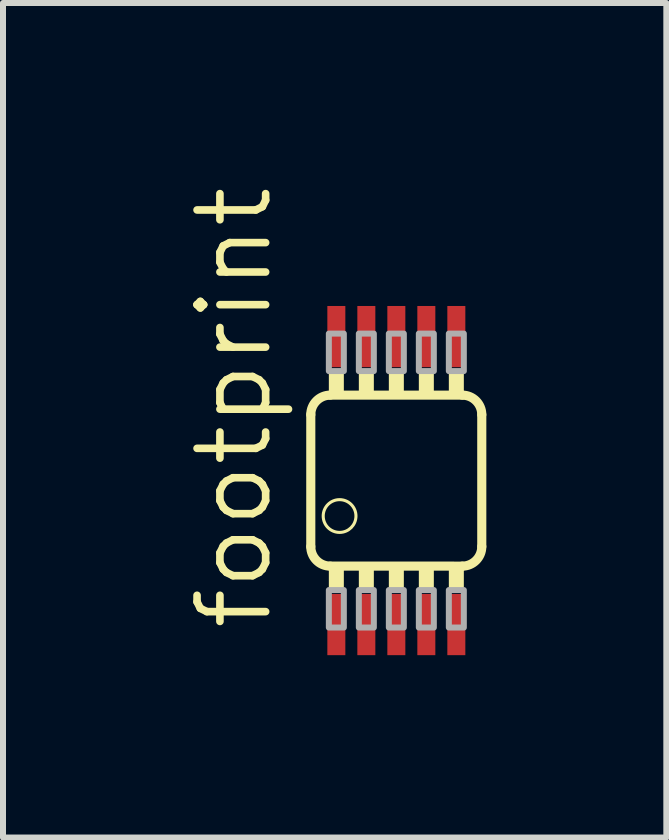
<source format=kicad_pcb>
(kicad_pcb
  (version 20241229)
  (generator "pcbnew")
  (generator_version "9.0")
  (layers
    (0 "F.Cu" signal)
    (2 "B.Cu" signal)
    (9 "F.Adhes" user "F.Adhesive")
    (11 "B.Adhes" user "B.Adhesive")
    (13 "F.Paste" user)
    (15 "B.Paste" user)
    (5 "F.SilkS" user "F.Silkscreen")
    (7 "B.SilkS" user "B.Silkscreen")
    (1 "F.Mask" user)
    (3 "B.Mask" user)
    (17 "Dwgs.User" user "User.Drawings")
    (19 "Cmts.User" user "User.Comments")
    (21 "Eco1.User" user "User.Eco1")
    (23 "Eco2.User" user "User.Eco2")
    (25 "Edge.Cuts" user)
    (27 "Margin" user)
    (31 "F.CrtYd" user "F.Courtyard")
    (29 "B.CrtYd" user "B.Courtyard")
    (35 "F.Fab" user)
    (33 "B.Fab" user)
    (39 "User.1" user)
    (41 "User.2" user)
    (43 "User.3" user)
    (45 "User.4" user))
  (footprint "footprint"
    (layer "F.Cu")
    (at 3.556 4.96)
    (property "Reference" "footprint" (at -2.032 2.54 90) (layer "F.SilkS") (effects (font (size 1.143 1.143) (thickness 0.127)) (justify left bottom)))
    (fp_poly (pts (xy -1.2 2.95) (xy -0.8 2.95) (xy -0.8 1.85) (xy -1.2 1.85)) (stroke (width 0) (type solid)) (fill yes) (layer "F.Mask"))
    (fp_poly (pts (xy -0.8 -2.95) (xy -1.2 -2.95) (xy -1.2 -1.85) (xy -0.8 -1.85)) (stroke (width 0) (type solid)) (fill yes) (layer "F.Mask"))
    (fp_poly (pts (xy -0.7 2.95) (xy -0.3 2.95) (xy -0.3 1.85) (xy -0.7 1.85)) (stroke (width 0) (type solid)) (fill yes) (layer "F.Mask"))
    (fp_poly (pts (xy -0.3 -2.95) (xy -0.7 -2.95) (xy -0.7 -1.85) (xy -0.3 -1.85)) (stroke (width 0) (type solid)) (fill yes) (layer "F.Mask"))
    (fp_poly (pts (xy -0.2 2.95) (xy 0.2 2.95) (xy 0.2 1.85) (xy -0.2 1.85)) (stroke (width 0) (type solid)) (fill yes) (layer "F.Mask"))
    (fp_poly (pts (xy 0.2 -2.95) (xy -0.2 -2.95) (xy -0.2 -1.85) (xy 0.2 -1.85)) (stroke (width 0) (type solid)) (fill yes) (layer "F.Mask"))
    (fp_poly (pts (xy 0.3 2.95) (xy 0.7 2.95) (xy 0.7 1.85) (xy 0.3 1.85)) (stroke (width 0) (type solid)) (fill yes) (layer "F.Mask"))
    (fp_poly (pts (xy 0.7 -2.95) (xy 0.3 -2.95) (xy 0.3 -1.85) (xy 0.7 -1.85)) (stroke (width 0) (type solid)) (fill yes) (layer "F.Mask"))
    (fp_poly (pts (xy 0.8 2.95) (xy 1.2 2.95) (xy 1.2 1.85) (xy 0.8 1.85)) (stroke (width 0) (type solid)) (fill yes) (layer "F.Mask"))
    (fp_poly (pts (xy 1.2 -2.95) (xy 0.8 -2.95) (xy 0.8 -1.85) (xy 1.2 -1.85)) (stroke (width 0) (type solid)) (fill yes) (layer "F.Mask"))
    (fp_line (start -1.426 1.101) (end -1.426 -1.099) (stroke (width 0.152) (type solid)) (layer "F.SilkS"))
    (fp_line (start -1.101 -1.424) (end 1.099 -1.424) (stroke (width 0.152) (type solid)) (layer "F.SilkS"))
    (fp_line (start -1.1 1.425) (end 1.099 1.426) (stroke (width 0.152) (type solid)) (layer "F.SilkS"))
    (fp_line (start 1.424 -1.099) (end 1.424 1.101) (stroke (width 0.152) (type solid)) (layer "F.SilkS"))
    (fp_arc (start -1.426 -1.099) (mid -1.33081 -1.32881) (end -1.101 -1.424) (stroke (width 0.1524) (type solid)) (layer "F.SilkS"))
    (fp_arc (start -1.101 1.426) (mid -1.33081 1.33081) (end -1.426 1.101) (stroke (width 0.1524) (type solid)) (layer "F.SilkS"))
    (fp_arc (start 1.099 -1.424) (mid 1.32881 -1.32881) (end 1.424 -1.099) (stroke (width 0.1524) (type solid)) (layer "F.SilkS"))
    (fp_arc (start 1.424 1.101) (mid 1.32881 1.33081) (end 1.099 1.426) (stroke (width 0.1524) (type solid)) (layer "F.SilkS"))
    (fp_circle (center -0.946 0.591) (end -0.673 0.591) (stroke (width 0.051) (type solid)) (fill no) (layer "F.SilkS"))
    (fp_poly (pts (xy -1.125 1.825) (xy -0.875 1.825) (xy -0.875 1.475) (xy -1.125 1.475)) (stroke (width 0) (type solid)) (fill yes) (layer "F.SilkS"))
    (fp_poly (pts (xy -0.875 -1.825) (xy -1.125 -1.825) (xy -1.125 -1.475) (xy -0.875 -1.475)) (stroke (width 0) (type solid)) (fill yes) (layer "F.SilkS"))
    (fp_poly (pts (xy -0.625 1.825) (xy -0.375 1.825) (xy -0.375 1.475) (xy -0.625 1.475)) (stroke (width 0) (type solid)) (fill yes) (layer "F.SilkS"))
    (fp_poly (pts (xy -0.375 -1.825) (xy -0.625 -1.825) (xy -0.625 -1.475) (xy -0.375 -1.475)) (stroke (width 0) (type solid)) (fill yes) (layer "F.SilkS"))
    (fp_poly (pts (xy -0.125 1.825) (xy 0.125 1.825) (xy 0.125 1.475) (xy -0.125 1.475)) (stroke (width 0) (type solid)) (fill yes) (layer "F.SilkS"))
    (fp_poly (pts (xy 0.125 -1.825) (xy -0.125 -1.825) (xy -0.125 -1.475) (xy 0.125 -1.475)) (stroke (width 0) (type solid)) (fill yes) (layer "F.SilkS"))
    (fp_poly (pts (xy 0.375 1.825) (xy 0.625 1.825) (xy 0.625 1.475) (xy 0.375 1.475)) (stroke (width 0) (type solid)) (fill yes) (layer "F.SilkS"))
    (fp_poly (pts (xy 0.625 -1.825) (xy 0.375 -1.825) (xy 0.375 -1.475) (xy 0.625 -1.475)) (stroke (width 0) (type solid)) (fill yes) (layer "F.SilkS"))
    (fp_poly (pts (xy 0.875 1.825) (xy 1.125 1.825) (xy 1.125 1.475) (xy 0.875 1.475)) (stroke (width 0) (type solid)) (fill yes) (layer "F.SilkS"))
    (fp_poly (pts (xy 1.125 -1.825) (xy 0.875 -1.825) (xy 0.875 -1.475) (xy 1.125 -1.475)) (stroke (width 0) (type solid)) (fill yes) (layer "F.SilkS"))
    (fp_poly (pts (xy -1.15 2.85) (xy -0.85 2.85) (xy -0.85 1.9) (xy -1.15 1.9)) (stroke (width 0) (type solid)) (fill yes) (layer "F.Paste"))
    (fp_poly (pts (xy -0.85 -2.85) (xy -1.15 -2.85) (xy -1.15 -1.9) (xy -0.85 -1.9)) (stroke (width 0) (type solid)) (fill yes) (layer "F.Paste"))
    (fp_poly (pts (xy -0.65 2.85) (xy -0.35 2.85) (xy -0.35 1.9) (xy -0.65 1.9)) (stroke (width 0) (type solid)) (fill yes) (layer "F.Paste"))
    (fp_poly (pts (xy -0.35 -2.85) (xy -0.65 -2.85) (xy -0.65 -1.9) (xy -0.35 -1.9)) (stroke (width 0) (type solid)) (fill yes) (layer "F.Paste"))
    (fp_poly (pts (xy -0.15 2.85) (xy 0.15 2.85) (xy 0.15 1.9) (xy -0.15 1.9)) (stroke (width 0) (type solid)) (fill yes) (layer "F.Paste"))
    (fp_poly (pts (xy 0.15 -2.85) (xy -0.15 -2.85) (xy -0.15 -1.9) (xy 0.15 -1.9)) (stroke (width 0) (type solid)) (fill yes) (layer "F.Paste"))
    (fp_poly (pts (xy 0.35 2.85) (xy 0.65 2.85) (xy 0.65 1.9) (xy 0.35 1.9)) (stroke (width 0) (type solid)) (fill yes) (layer "F.Paste"))
    (fp_poly (pts (xy 0.65 -2.85) (xy 0.35 -2.85) (xy 0.35 -1.9) (xy 0.65 -1.9)) (stroke (width 0) (type solid)) (fill yes) (layer "F.Paste"))
    (fp_poly (pts (xy 0.85 2.85) (xy 1.15 2.85) (xy 1.15 1.9) (xy 0.85 1.9)) (stroke (width 0) (type solid)) (fill yes) (layer "F.Paste"))
    (fp_poly (pts (xy 1.15 -2.85) (xy 0.85 -2.85) (xy 0.85 -1.9) (xy 1.15 -1.9)) (stroke (width 0) (type solid)) (fill yes) (layer "F.Paste"))
    (fp_poly (pts (xy -1.125 2.45) (xy -0.875 2.45) (xy -0.875 1.825) (xy -1.125 1.825)) (stroke (width 0.1) (type solid)) (fill no) (layer "F.Fab"))
    (fp_poly (pts (xy -0.875 -2.45) (xy -1.125 -2.45) (xy -1.125 -1.825) (xy -0.875 -1.825)) (stroke (width 0.1) (type solid)) (fill no) (layer "F.Fab"))
    (fp_poly (pts (xy -0.625 2.45) (xy -0.375 2.45) (xy -0.375 1.825) (xy -0.625 1.825)) (stroke (width 0.1) (type solid)) (fill no) (layer "F.Fab"))
    (fp_poly (pts (xy -0.375 -2.45) (xy -0.625 -2.45) (xy -0.625 -1.825) (xy -0.375 -1.825)) (stroke (width 0.1) (type solid)) (fill no) (layer "F.Fab"))
    (fp_poly (pts (xy -0.125 2.45) (xy 0.125 2.45) (xy 0.125 1.825) (xy -0.125 1.825)) (stroke (width 0.1) (type solid)) (fill no) (layer "F.Fab"))
    (fp_poly (pts (xy 0.125 -2.45) (xy -0.125 -2.45) (xy -0.125 -1.825) (xy 0.125 -1.825)) (stroke (width 0.1) (type solid)) (fill no) (layer "F.Fab"))
    (fp_poly (pts (xy 0.375 2.45) (xy 0.625 2.45) (xy 0.625 1.825) (xy 0.375 1.825)) (stroke (width 0.1) (type solid)) (fill no) (layer "F.Fab"))
    (fp_poly (pts (xy 0.625 -2.45) (xy 0.375 -2.45) (xy 0.375 -1.825) (xy 0.625 -1.825)) (stroke (width 0.1) (type solid)) (fill no) (layer "F.Fab"))
    (fp_poly (pts (xy 0.875 2.45) (xy 1.125 2.45) (xy 1.125 1.825) (xy 0.875 1.825)) (stroke (width 0.1) (type solid)) (fill no) (layer "F.Fab"))
    (fp_poly (pts (xy 1.125 -2.45) (xy 0.875 -2.45) (xy 0.875 -1.825) (xy 1.125 -1.825)) (stroke (width 0.1) (type solid)) (fill no) (layer "F.Fab"))
    (pad "1" smd rect (at -1 2.4) (size 0.3 1.02) (layers "F.Cu"))
    (pad "2" smd rect (at -0.5 2.4) (size 0.3 1.02) (layers "F.Cu"))
    (pad "3" smd rect (at 0 2.4) (size 0.3 1.02) (layers "F.Cu"))
    (pad "4" smd rect (at 0.5 2.4) (size 0.3 1.02) (layers "F.Cu"))
    (pad "5" smd rect (at 1 2.4) (size 0.3 1.02) (layers "F.Cu"))
    (pad "6" smd rect (at 1 -2.4 180) (size 0.3 1.02) (layers "F.Cu"))
    (pad "7" smd rect (at 0.5 -2.4 180) (size 0.3 1.02) (layers "F.Cu"))
    (pad "8" smd rect (at 0 -2.4 180) (size 0.3 1.02) (layers "F.Cu"))
    (pad "9" smd rect (at -0.5 -2.4 180) (size 0.3 1.02) (layers "F.Cu"))
    (pad "10" smd rect (at -1 -2.4 180) (size 0.3 1.02) (layers "F.Cu")))
  (gr_rect
    (start -3 -3)
    (end 8.056 10.91)
    (stroke (width 0.1) (type default))
    (fill no)
    (layer "Edge.Cuts")))
</source>
